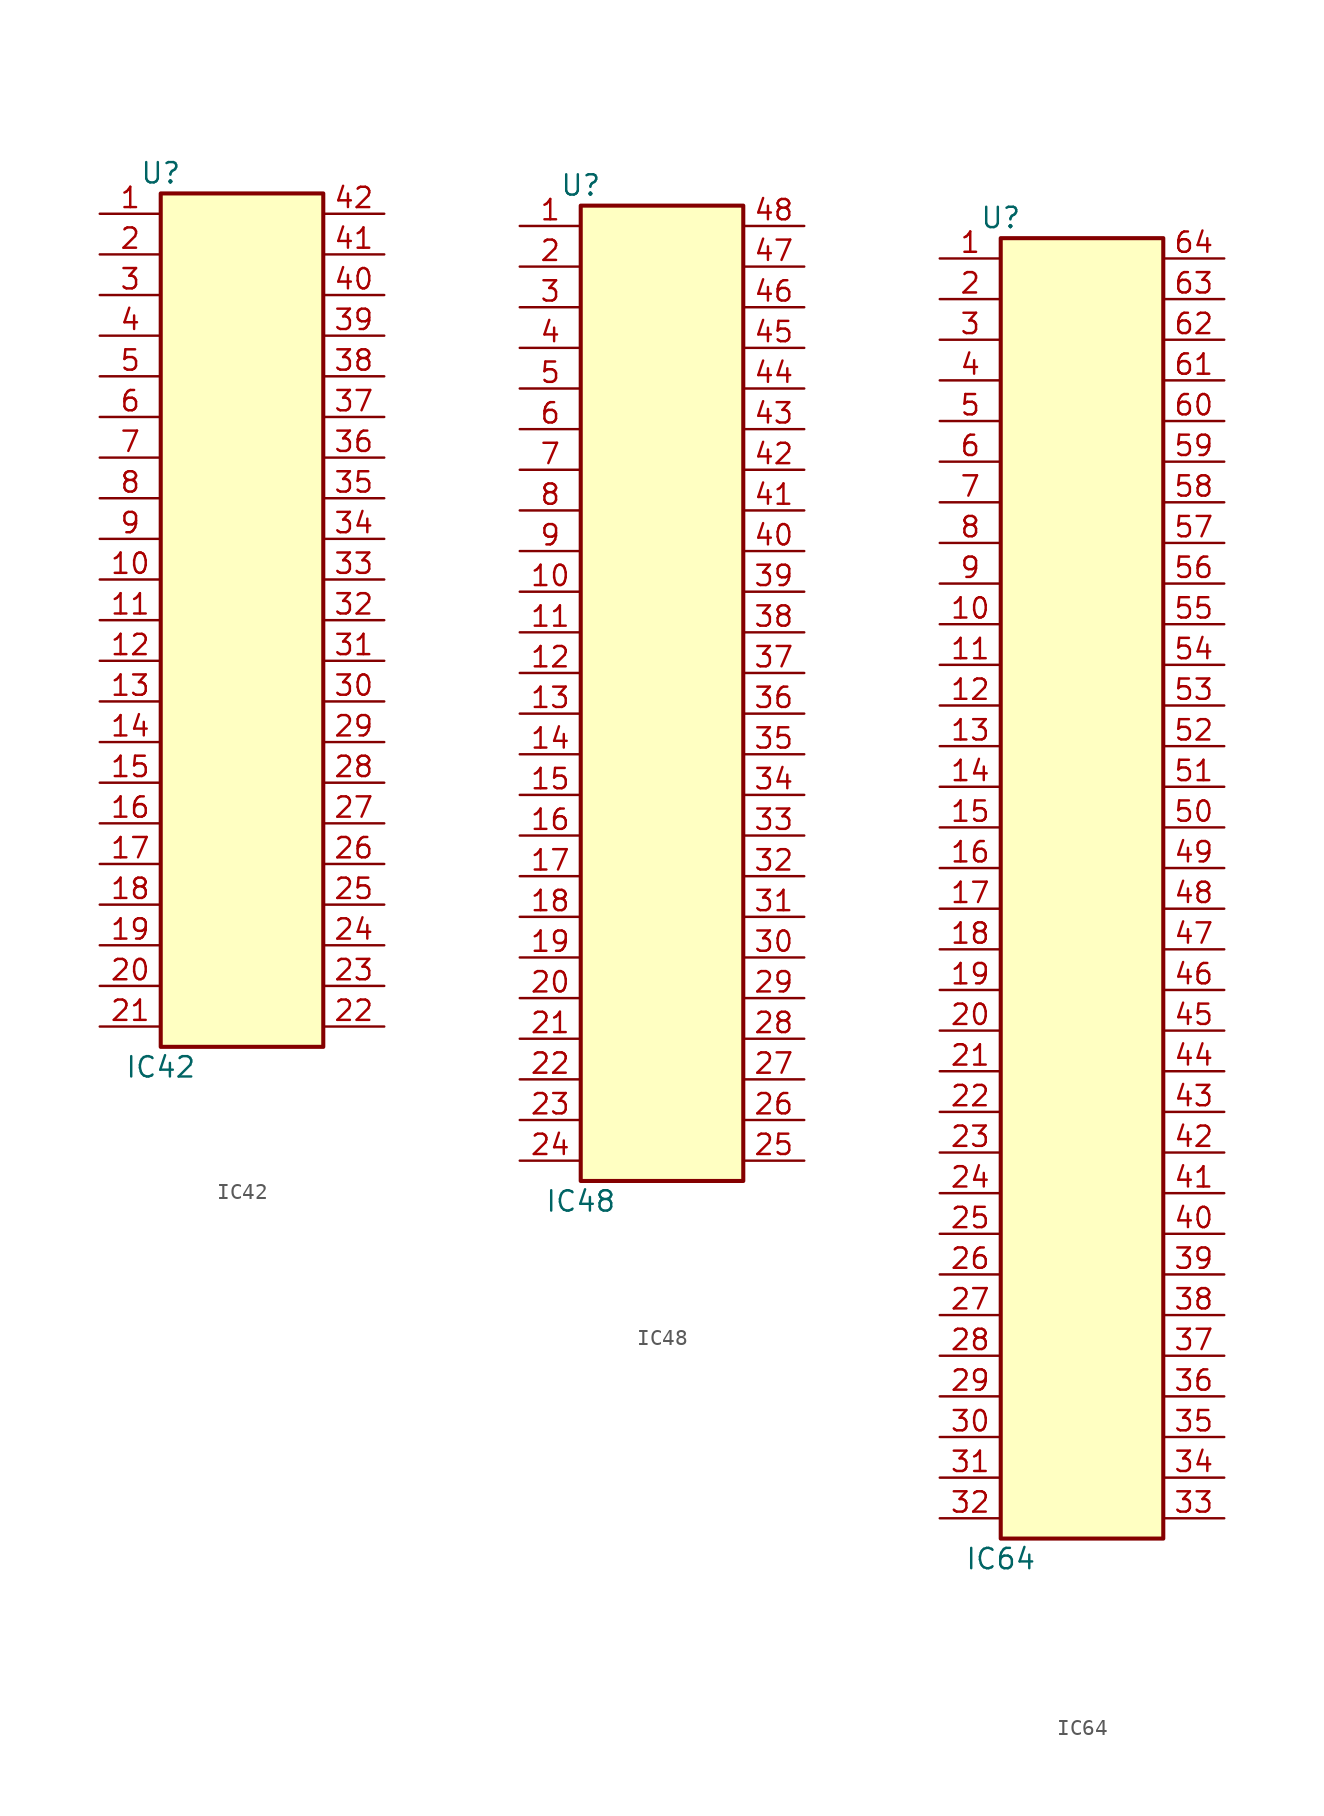
<source format=kicad_sym>
(kicad_symbol_lib
  (version 20211014)
  (generator kicad_symbol_editor)
  (symbol "IC42"
    (property "Reference" "U"
      (at -5.08 27.94 0)
      (effects (font (size 1.27 1.27))))
    (property "Value" "IC42"
      (at -5.08 -27.94 0)
      (effects (font (size 1.27 1.27))))
    (symbol "IC42_1_1"
      (rectangle (start -5.08 26.67) (end 5.08 -26.67) (stroke (width 0.254) (type default) (color 0 0 0 0)) (fill (type background)))
      (pin passive line (at -8.89 25.4 0) (length 3.81) (name "~" (effects (font (size 1.27 1.27)))) (number "1" (effects (font (size 1.27 1.27)))))
      (pin passive line (at -8.89 2.54 0) (length 3.81) (name "~" (effects (font (size 1.27 1.27)))) (number "10" (effects (font (size 1.27 1.27)))))
      (pin passive line (at -8.89 0 0) (length 3.81) (name "~" (effects (font (size 1.27 1.27)))) (number "11" (effects (font (size 1.27 1.27)))))
      (pin passive line (at -8.89 -2.54 0) (length 3.81) (name "~" (effects (font (size 1.27 1.27)))) (number "12" (effects (font (size 1.27 1.27)))))
      (pin passive line (at -8.89 -5.08 0) (length 3.81) (name "~" (effects (font (size 1.27 1.27)))) (number "13" (effects (font (size 1.27 1.27)))))
      (pin passive line (at -8.89 -7.62 0) (length 3.81) (name "~" (effects (font (size 1.27 1.27)))) (number "14" (effects (font (size 1.27 1.27)))))
      (pin passive line (at -8.89 -10.16 0) (length 3.81) (name "~" (effects (font (size 1.27 1.27)))) (number "15" (effects (font (size 1.27 1.27)))))
      (pin passive line (at -8.89 -12.7 0) (length 3.81) (name "~" (effects (font (size 1.27 1.27)))) (number "16" (effects (font (size 1.27 1.27)))))
      (pin passive line (at -8.89 -15.24 0) (length 3.81) (name "~" (effects (font (size 1.27 1.27)))) (number "17" (effects (font (size 1.27 1.27)))))
      (pin passive line (at -8.89 -17.78 0) (length 3.81) (name "~" (effects (font (size 1.27 1.27)))) (number "18" (effects (font (size 1.27 1.27)))))
      (pin passive line (at -8.89 -20.32 0) (length 3.81) (name "~" (effects (font (size 1.27 1.27)))) (number "19" (effects (font (size 1.27 1.27)))))
      (pin passive line (at -8.89 22.86 0) (length 3.81) (name "~" (effects (font (size 1.27 1.27)))) (number "2" (effects (font (size 1.27 1.27)))))
      (pin passive line (at -8.89 -22.86 0) (length 3.81) (name "~" (effects (font (size 1.27 1.27)))) (number "20" (effects (font (size 1.27 1.27)))))
      (pin passive line (at -8.89 -25.4 0) (length 3.81) (name "~" (effects (font (size 1.27 1.27)))) (number "21" (effects (font (size 1.27 1.27)))))
      (pin passive line (at 8.89 -25.4 180) (length 3.81) (name "~" (effects (font (size 1.27 1.27)))) (number "22" (effects (font (size 1.27 1.27)))))
      (pin passive line (at 8.89 -22.86 180) (length 3.81) (name "~" (effects (font (size 1.27 1.27)))) (number "23" (effects (font (size 1.27 1.27)))))
      (pin passive line (at 8.89 -20.32 180) (length 3.81) (name "~" (effects (font (size 1.27 1.27)))) (number "24" (effects (font (size 1.27 1.27)))))
      (pin passive line (at 8.89 -17.78 180) (length 3.81) (name "~" (effects (font (size 1.27 1.27)))) (number "25" (effects (font (size 1.27 1.27)))))
      (pin passive line (at 8.89 -15.24 180) (length 3.81) (name "~" (effects (font (size 1.27 1.27)))) (number "26" (effects (font (size 1.27 1.27)))))
      (pin passive line (at 8.89 -12.7 180) (length 3.81) (name "~" (effects (font (size 1.27 1.27)))) (number "27" (effects (font (size 1.27 1.27)))))
      (pin passive line (at 8.89 -10.16 180) (length 3.81) (name "~" (effects (font (size 1.27 1.27)))) (number "28" (effects (font (size 1.27 1.27)))))
      (pin passive line (at 8.89 -7.62 180) (length 3.81) (name "~" (effects (font (size 1.27 1.27)))) (number "29" (effects (font (size 1.27 1.27)))))
      (pin passive line (at -8.89 20.32 0) (length 3.81) (name "~" (effects (font (size 1.27 1.27)))) (number "3" (effects (font (size 1.27 1.27)))))
      (pin passive line (at 8.89 -5.08 180) (length 3.81) (name "~" (effects (font (size 1.27 1.27)))) (number "30" (effects (font (size 1.27 1.27)))))
      (pin passive line (at 8.89 -2.54 180) (length 3.81) (name "~" (effects (font (size 1.27 1.27)))) (number "31" (effects (font (size 1.27 1.27)))))
      (pin passive line (at 8.89 0 180) (length 3.81) (name "~" (effects (font (size 1.27 1.27)))) (number "32" (effects (font (size 1.27 1.27)))))
      (pin passive line (at 8.89 2.54 180) (length 3.81) (name "~" (effects (font (size 1.27 1.27)))) (number "33" (effects (font (size 1.27 1.27)))))
      (pin passive line (at 8.89 5.08 180) (length 3.81) (name "~" (effects (font (size 1.27 1.27)))) (number "34" (effects (font (size 1.27 1.27)))))
      (pin passive line (at 8.89 7.62 180) (length 3.81) (name "~" (effects (font (size 1.27 1.27)))) (number "35" (effects (font (size 1.27 1.27)))))
      (pin passive line (at 8.89 10.16 180) (length 3.81) (name "~" (effects (font (size 1.27 1.27)))) (number "36" (effects (font (size 1.27 1.27)))))
      (pin passive line (at 8.89 12.7 180) (length 3.81) (name "~" (effects (font (size 1.27 1.27)))) (number "37" (effects (font (size 1.27 1.27)))))
      (pin passive line (at 8.89 15.24 180) (length 3.81) (name "~" (effects (font (size 1.27 1.27)))) (number "38" (effects (font (size 1.27 1.27)))))
      (pin passive line (at 8.89 17.78 180) (length 3.81) (name "~" (effects (font (size 1.27 1.27)))) (number "39" (effects (font (size 1.27 1.27)))))
      (pin passive line (at -8.89 17.78 0) (length 3.81) (name "~" (effects (font (size 1.27 1.27)))) (number "4" (effects (font (size 1.27 1.27)))))
      (pin passive line (at 8.89 20.32 180) (length 3.81) (name "~" (effects (font (size 1.27 1.27)))) (number "40" (effects (font (size 1.27 1.27)))))
      (pin passive line (at 8.89 22.86 180) (length 3.81) (name "~" (effects (font (size 1.27 1.27)))) (number "41" (effects (font (size 1.27 1.27)))))
      (pin passive line (at 8.89 25.4 180) (length 3.81) (name "~" (effects (font (size 1.27 1.27)))) (number "42" (effects (font (size 1.27 1.27)))))
      (pin passive line (at -8.89 15.24 0) (length 3.81) (name "~" (effects (font (size 1.27 1.27)))) (number "5" (effects (font (size 1.27 1.27)))))
      (pin passive line (at -8.89 12.7 0) (length 3.81) (name "~" (effects (font (size 1.27 1.27)))) (number "6" (effects (font (size 1.27 1.27)))))
      (pin passive line (at -8.89 10.16 0) (length 3.81) (name "~" (effects (font (size 1.27 1.27)))) (number "7" (effects (font (size 1.27 1.27)))))
      (pin passive line (at -8.89 7.62 0) (length 3.81) (name "~" (effects (font (size 1.27 1.27)))) (number "8" (effects (font (size 1.27 1.27)))))
      (pin passive line (at -8.89 5.08 0) (length 3.81) (name "~" (effects (font (size 1.27 1.27)))) (number "9" (effects (font (size 1.27 1.27)))))))
  (symbol "IC48"
    (property "Reference" "U"
      (at -5.08 30.48 0)
      (effects (font (size 1.27 1.27))))
    (property "Value" "IC48"
      (at -5.08 -33.02 0)
      (effects (font (size 1.27 1.27))))
    (symbol "IC48_1_1"
      (rectangle (start -5.08 29.21) (end 5.08 -31.75) (stroke (width 0.254) (type default) (color 0 0 0 0)) (fill (type background)))
      (pin passive line (at -8.89 27.94 0) (length 3.81) (name "~" (effects (font (size 1.27 1.27)))) (number "1" (effects (font (size 1.27 1.27)))))
      (pin passive line (at -8.89 5.08 0) (length 3.81) (name "~" (effects (font (size 1.27 1.27)))) (number "10" (effects (font (size 1.27 1.27)))))
      (pin passive line (at -8.89 2.54 0) (length 3.81) (name "~" (effects (font (size 1.27 1.27)))) (number "11" (effects (font (size 1.27 1.27)))))
      (pin passive line (at -8.89 0 0) (length 3.81) (name "~" (effects (font (size 1.27 1.27)))) (number "12" (effects (font (size 1.27 1.27)))))
      (pin passive line (at -8.89 -2.54 0) (length 3.81) (name "~" (effects (font (size 1.27 1.27)))) (number "13" (effects (font (size 1.27 1.27)))))
      (pin passive line (at -8.89 -5.08 0) (length 3.81) (name "~" (effects (font (size 1.27 1.27)))) (number "14" (effects (font (size 1.27 1.27)))))
      (pin passive line (at -8.89 -7.62 0) (length 3.81) (name "~" (effects (font (size 1.27 1.27)))) (number "15" (effects (font (size 1.27 1.27)))))
      (pin passive line (at -8.89 -10.16 0) (length 3.81) (name "~" (effects (font (size 1.27 1.27)))) (number "16" (effects (font (size 1.27 1.27)))))
      (pin passive line (at -8.89 -12.7 0) (length 3.81) (name "~" (effects (font (size 1.27 1.27)))) (number "17" (effects (font (size 1.27 1.27)))))
      (pin passive line (at -8.89 -15.24 0) (length 3.81) (name "~" (effects (font (size 1.27 1.27)))) (number "18" (effects (font (size 1.27 1.27)))))
      (pin passive line (at -8.89 -17.78 0) (length 3.81) (name "~" (effects (font (size 1.27 1.27)))) (number "19" (effects (font (size 1.27 1.27)))))
      (pin passive line (at -8.89 25.4 0) (length 3.81) (name "~" (effects (font (size 1.27 1.27)))) (number "2" (effects (font (size 1.27 1.27)))))
      (pin passive line (at -8.89 -20.32 0) (length 3.81) (name "~" (effects (font (size 1.27 1.27)))) (number "20" (effects (font (size 1.27 1.27)))))
      (pin passive line (at -8.89 -22.86 0) (length 3.81) (name "~" (effects (font (size 1.27 1.27)))) (number "21" (effects (font (size 1.27 1.27)))))
      (pin passive line (at -8.89 -25.4 0) (length 3.81) (name "~" (effects (font (size 1.27 1.27)))) (number "22" (effects (font (size 1.27 1.27)))))
      (pin passive line (at -8.89 -27.94 0) (length 3.81) (name "~" (effects (font (size 1.27 1.27)))) (number "23" (effects (font (size 1.27 1.27)))))
      (pin passive line (at -8.89 -30.48 0) (length 3.81) (name "~" (effects (font (size 1.27 1.27)))) (number "24" (effects (font (size 1.27 1.27)))))
      (pin passive line (at 8.89 -30.48 180) (length 3.81) (name "~" (effects (font (size 1.27 1.27)))) (number "25" (effects (font (size 1.27 1.27)))))
      (pin passive line (at 8.89 -27.94 180) (length 3.81) (name "~" (effects (font (size 1.27 1.27)))) (number "26" (effects (font (size 1.27 1.27)))))
      (pin passive line (at 8.89 -25.4 180) (length 3.81) (name "~" (effects (font (size 1.27 1.27)))) (number "27" (effects (font (size 1.27 1.27)))))
      (pin passive line (at 8.89 -22.86 180) (length 3.81) (name "~" (effects (font (size 1.27 1.27)))) (number "28" (effects (font (size 1.27 1.27)))))
      (pin passive line (at 8.89 -20.32 180) (length 3.81) (name "~" (effects (font (size 1.27 1.27)))) (number "29" (effects (font (size 1.27 1.27)))))
      (pin passive line (at -8.89 22.86 0) (length 3.81) (name "~" (effects (font (size 1.27 1.27)))) (number "3" (effects (font (size 1.27 1.27)))))
      (pin passive line (at 8.89 -17.78 180) (length 3.81) (name "~" (effects (font (size 1.27 1.27)))) (number "30" (effects (font (size 1.27 1.27)))))
      (pin passive line (at 8.89 -15.24 180) (length 3.81) (name "~" (effects (font (size 1.27 1.27)))) (number "31" (effects (font (size 1.27 1.27)))))
      (pin passive line (at 8.89 -12.7 180) (length 3.81) (name "~" (effects (font (size 1.27 1.27)))) (number "32" (effects (font (size 1.27 1.27)))))
      (pin passive line (at 8.89 -10.16 180) (length 3.81) (name "~" (effects (font (size 1.27 1.27)))) (number "33" (effects (font (size 1.27 1.27)))))
      (pin passive line (at 8.89 -7.62 180) (length 3.81) (name "~" (effects (font (size 1.27 1.27)))) (number "34" (effects (font (size 1.27 1.27)))))
      (pin passive line (at 8.89 -5.08 180) (length 3.81) (name "~" (effects (font (size 1.27 1.27)))) (number "35" (effects (font (size 1.27 1.27)))))
      (pin passive line (at 8.89 -2.54 180) (length 3.81) (name "~" (effects (font (size 1.27 1.27)))) (number "36" (effects (font (size 1.27 1.27)))))
      (pin passive line (at 8.89 0 180) (length 3.81) (name "~" (effects (font (size 1.27 1.27)))) (number "37" (effects (font (size 1.27 1.27)))))
      (pin passive line (at 8.89 2.54 180) (length 3.81) (name "~" (effects (font (size 1.27 1.27)))) (number "38" (effects (font (size 1.27 1.27)))))
      (pin passive line (at 8.89 5.08 180) (length 3.81) (name "~" (effects (font (size 1.27 1.27)))) (number "39" (effects (font (size 1.27 1.27)))))
      (pin passive line (at -8.89 20.32 0) (length 3.81) (name "~" (effects (font (size 1.27 1.27)))) (number "4" (effects (font (size 1.27 1.27)))))
      (pin passive line (at 8.89 7.62 180) (length 3.81) (name "~" (effects (font (size 1.27 1.27)))) (number "40" (effects (font (size 1.27 1.27)))))
      (pin passive line (at 8.89 10.16 180) (length 3.81) (name "~" (effects (font (size 1.27 1.27)))) (number "41" (effects (font (size 1.27 1.27)))))
      (pin passive line (at 8.89 12.7 180) (length 3.81) (name "~" (effects (font (size 1.27 1.27)))) (number "42" (effects (font (size 1.27 1.27)))))
      (pin passive line (at 8.89 15.24 180) (length 3.81) (name "~" (effects (font (size 1.27 1.27)))) (number "43" (effects (font (size 1.27 1.27)))))
      (pin passive line (at 8.89 17.78 180) (length 3.81) (name "~" (effects (font (size 1.27 1.27)))) (number "44" (effects (font (size 1.27 1.27)))))
      (pin passive line (at 8.89 20.32 180) (length 3.81) (name "~" (effects (font (size 1.27 1.27)))) (number "45" (effects (font (size 1.27 1.27)))))
      (pin passive line (at 8.89 22.86 180) (length 3.81) (name "~" (effects (font (size 1.27 1.27)))) (number "46" (effects (font (size 1.27 1.27)))))
      (pin passive line (at 8.89 25.4 180) (length 3.81) (name "~" (effects (font (size 1.27 1.27)))) (number "47" (effects (font (size 1.27 1.27)))))
      (pin passive line (at 8.89 27.94 180) (length 3.81) (name "~" (effects (font (size 1.27 1.27)))) (number "48" (effects (font (size 1.27 1.27)))))
      (pin passive line (at -8.89 17.78 0) (length 3.81) (name "~" (effects (font (size 1.27 1.27)))) (number "5" (effects (font (size 1.27 1.27)))))
      (pin passive line (at -8.89 15.24 0) (length 3.81) (name "~" (effects (font (size 1.27 1.27)))) (number "6" (effects (font (size 1.27 1.27)))))
      (pin passive line (at -8.89 12.7 0) (length 3.81) (name "~" (effects (font (size 1.27 1.27)))) (number "7" (effects (font (size 1.27 1.27)))))
      (pin passive line (at -8.89 10.16 0) (length 3.81) (name "~" (effects (font (size 1.27 1.27)))) (number "8" (effects (font (size 1.27 1.27)))))
      (pin passive line (at -8.89 7.62 0) (length 3.81) (name "~" (effects (font (size 1.27 1.27)))) (number "9" (effects (font (size 1.27 1.27)))))))
  (symbol "IC64"
    (property "Reference" "U"
      (at -5.08 40.64 0)
      (effects (font (size 1.27 1.27))))
    (property "Value" "IC64"
      (at -5.08 -43.18 0)
      (effects (font (size 1.27 1.27))))
    (symbol "IC64_1_1"
      (rectangle (start -5.08 39.37) (end 5.08 -41.91) (stroke (width 0.254) (type default) (color 0 0 0 0)) (fill (type background)))
      (pin passive line (at -8.89 38.1 0) (length 3.81) (name "~" (effects (font (size 1.27 1.27)))) (number "1" (effects (font (size 1.27 1.27)))))
      (pin passive line (at -8.89 15.24 0) (length 3.81) (name "~" (effects (font (size 1.27 1.27)))) (number "10" (effects (font (size 1.27 1.27)))))
      (pin passive line (at -8.89 12.7 0) (length 3.81) (name "~" (effects (font (size 1.27 1.27)))) (number "11" (effects (font (size 1.27 1.27)))))
      (pin passive line (at -8.89 10.16 0) (length 3.81) (name "~" (effects (font (size 1.27 1.27)))) (number "12" (effects (font (size 1.27 1.27)))))
      (pin passive line (at -8.89 7.62 0) (length 3.81) (name "~" (effects (font (size 1.27 1.27)))) (number "13" (effects (font (size 1.27 1.27)))))
      (pin passive line (at -8.89 5.08 0) (length 3.81) (name "~" (effects (font (size 1.27 1.27)))) (number "14" (effects (font (size 1.27 1.27)))))
      (pin passive line (at -8.89 2.54 0) (length 3.81) (name "~" (effects (font (size 1.27 1.27)))) (number "15" (effects (font (size 1.27 1.27)))))
      (pin passive line (at -8.89 0 0) (length 3.81) (name "~" (effects (font (size 1.27 1.27)))) (number "16" (effects (font (size 1.27 1.27)))))
      (pin passive line (at -8.89 -2.54 0) (length 3.81) (name "~" (effects (font (size 1.27 1.27)))) (number "17" (effects (font (size 1.27 1.27)))))
      (pin passive line (at -8.89 -5.08 0) (length 3.81) (name "~" (effects (font (size 1.27 1.27)))) (number "18" (effects (font (size 1.27 1.27)))))
      (pin passive line (at -8.89 -7.62 0) (length 3.81) (name "~" (effects (font (size 1.27 1.27)))) (number "19" (effects (font (size 1.27 1.27)))))
      (pin passive line (at -8.89 35.56 0) (length 3.81) (name "~" (effects (font (size 1.27 1.27)))) (number "2" (effects (font (size 1.27 1.27)))))
      (pin passive line (at -8.89 -10.16 0) (length 3.81) (name "~" (effects (font (size 1.27 1.27)))) (number "20" (effects (font (size 1.27 1.27)))))
      (pin passive line (at -8.89 -12.7 0) (length 3.81) (name "~" (effects (font (size 1.27 1.27)))) (number "21" (effects (font (size 1.27 1.27)))))
      (pin passive line (at -8.89 -15.24 0) (length 3.81) (name "~" (effects (font (size 1.27 1.27)))) (number "22" (effects (font (size 1.27 1.27)))))
      (pin passive line (at -8.89 -17.78 0) (length 3.81) (name "~" (effects (font (size 1.27 1.27)))) (number "23" (effects (font (size 1.27 1.27)))))
      (pin passive line (at -8.89 -20.32 0) (length 3.81) (name "~" (effects (font (size 1.27 1.27)))) (number "24" (effects (font (size 1.27 1.27)))))
      (pin passive line (at -8.89 -22.86 0) (length 3.81) (name "~" (effects (font (size 1.27 1.27)))) (number "25" (effects (font (size 1.27 1.27)))))
      (pin passive line (at -8.89 -25.4 0) (length 3.81) (name "~" (effects (font (size 1.27 1.27)))) (number "26" (effects (font (size 1.27 1.27)))))
      (pin passive line (at -8.89 -27.94 0) (length 3.81) (name "~" (effects (font (size 1.27 1.27)))) (number "27" (effects (font (size 1.27 1.27)))))
      (pin passive line (at -8.89 -30.48 0) (length 3.81) (name "~" (effects (font (size 1.27 1.27)))) (number "28" (effects (font (size 1.27 1.27)))))
      (pin passive line (at -8.89 -33.02 0) (length 3.81) (name "~" (effects (font (size 1.27 1.27)))) (number "29" (effects (font (size 1.27 1.27)))))
      (pin passive line (at -8.89 33.02 0) (length 3.81) (name "~" (effects (font (size 1.27 1.27)))) (number "3" (effects (font (size 1.27 1.27)))))
      (pin passive line (at -8.89 -35.56 0) (length 3.81) (name "~" (effects (font (size 1.27 1.27)))) (number "30" (effects (font (size 1.27 1.27)))))
      (pin passive line (at -8.89 -38.1 0) (length 3.81) (name "~" (effects (font (size 1.27 1.27)))) (number "31" (effects (font (size 1.27 1.27)))))
      (pin passive line (at -8.89 -40.64 0) (length 3.81) (name "~" (effects (font (size 1.27 1.27)))) (number "32" (effects (font (size 1.27 1.27)))))
      (pin passive line (at 8.89 -40.64 180) (length 3.81) (name "~" (effects (font (size 1.27 1.27)))) (number "33" (effects (font (size 1.27 1.27)))))
      (pin passive line (at 8.89 -38.1 180) (length 3.81) (name "~" (effects (font (size 1.27 1.27)))) (number "34" (effects (font (size 1.27 1.27)))))
      (pin passive line (at 8.89 -35.56 180) (length 3.81) (name "~" (effects (font (size 1.27 1.27)))) (number "35" (effects (font (size 1.27 1.27)))))
      (pin passive line (at 8.89 -33.02 180) (length 3.81) (name "~" (effects (font (size 1.27 1.27)))) (number "36" (effects (font (size 1.27 1.27)))))
      (pin passive line (at 8.89 -30.48 180) (length 3.81) (name "~" (effects (font (size 1.27 1.27)))) (number "37" (effects (font (size 1.27 1.27)))))
      (pin passive line (at 8.89 -27.94 180) (length 3.81) (name "~" (effects (font (size 1.27 1.27)))) (number "38" (effects (font (size 1.27 1.27)))))
      (pin passive line (at 8.89 -25.4 180) (length 3.81) (name "~" (effects (font (size 1.27 1.27)))) (number "39" (effects (font (size 1.27 1.27)))))
      (pin passive line (at -8.89 30.48 0) (length 3.81) (name "~" (effects (font (size 1.27 1.27)))) (number "4" (effects (font (size 1.27 1.27)))))
      (pin passive line (at 8.89 -22.86 180) (length 3.81) (name "~" (effects (font (size 1.27 1.27)))) (number "40" (effects (font (size 1.27 1.27)))))
      (pin passive line (at 8.89 -20.32 180) (length 3.81) (name "~" (effects (font (size 1.27 1.27)))) (number "41" (effects (font (size 1.27 1.27)))))
      (pin passive line (at 8.89 -17.78 180) (length 3.81) (name "~" (effects (font (size 1.27 1.27)))) (number "42" (effects (font (size 1.27 1.27)))))
      (pin passive line (at 8.89 -15.24 180) (length 3.81) (name "~" (effects (font (size 1.27 1.27)))) (number "43" (effects (font (size 1.27 1.27)))))
      (pin passive line (at 8.89 -12.7 180) (length 3.81) (name "~" (effects (font (size 1.27 1.27)))) (number "44" (effects (font (size 1.27 1.27)))))
      (pin passive line (at 8.89 -10.16 180) (length 3.81) (name "~" (effects (font (size 1.27 1.27)))) (number "45" (effects (font (size 1.27 1.27)))))
      (pin passive line (at 8.89 -7.62 180) (length 3.81) (name "~" (effects (font (size 1.27 1.27)))) (number "46" (effects (font (size 1.27 1.27)))))
      (pin passive line (at 8.89 -5.08 180) (length 3.81) (name "~" (effects (font (size 1.27 1.27)))) (number "47" (effects (font (size 1.27 1.27)))))
      (pin passive line (at 8.89 -2.54 180) (length 3.81) (name "~" (effects (font (size 1.27 1.27)))) (number "48" (effects (font (size 1.27 1.27)))))
      (pin passive line (at 8.89 0 180) (length 3.81) (name "~" (effects (font (size 1.27 1.27)))) (number "49" (effects (font (size 1.27 1.27)))))
      (pin passive line (at -8.89 27.94 0) (length 3.81) (name "~" (effects (font (size 1.27 1.27)))) (number "5" (effects (font (size 1.27 1.27)))))
      (pin passive line (at 8.89 2.54 180) (length 3.81) (name "~" (effects (font (size 1.27 1.27)))) (number "50" (effects (font (size 1.27 1.27)))))
      (pin passive line (at 8.89 5.08 180) (length 3.81) (name "~" (effects (font (size 1.27 1.27)))) (number "51" (effects (font (size 1.27 1.27)))))
      (pin passive line (at 8.89 7.62 180) (length 3.81) (name "~" (effects (font (size 1.27 1.27)))) (number "52" (effects (font (size 1.27 1.27)))))
      (pin passive line (at 8.89 10.16 180) (length 3.81) (name "~" (effects (font (size 1.27 1.27)))) (number "53" (effects (font (size 1.27 1.27)))))
      (pin passive line (at 8.89 12.7 180) (length 3.81) (name "~" (effects (font (size 1.27 1.27)))) (number "54" (effects (font (size 1.27 1.27)))))
      (pin passive line (at 8.89 15.24 180) (length 3.81) (name "~" (effects (font (size 1.27 1.27)))) (number "55" (effects (font (size 1.27 1.27)))))
      (pin passive line (at 8.89 17.78 180) (length 3.81) (name "~" (effects (font (size 1.27 1.27)))) (number "56" (effects (font (size 1.27 1.27)))))
      (pin passive line (at 8.89 20.32 180) (length 3.81) (name "~" (effects (font (size 1.27 1.27)))) (number "57" (effects (font (size 1.27 1.27)))))
      (pin passive line (at 8.89 22.86 180) (length 3.81) (name "~" (effects (font (size 1.27 1.27)))) (number "58" (effects (font (size 1.27 1.27)))))
      (pin passive line (at 8.89 25.4 180) (length 3.81) (name "~" (effects (font (size 1.27 1.27)))) (number "59" (effects (font (size 1.27 1.27)))))
      (pin passive line (at -8.89 25.4 0) (length 3.81) (name "~" (effects (font (size 1.27 1.27)))) (number "6" (effects (font (size 1.27 1.27)))))
      (pin passive line (at 8.89 27.94 180) (length 3.81) (name "~" (effects (font (size 1.27 1.27)))) (number "60" (effects (font (size 1.27 1.27)))))
      (pin passive line (at 8.89 30.48 180) (length 3.81) (name "~" (effects (font (size 1.27 1.27)))) (number "61" (effects (font (size 1.27 1.27)))))
      (pin passive line (at 8.89 33.02 180) (length 3.81) (name "~" (effects (font (size 1.27 1.27)))) (number "62" (effects (font (size 1.27 1.27)))))
      (pin passive line (at 8.89 35.56 180) (length 3.81) (name "~" (effects (font (size 1.27 1.27)))) (number "63" (effects (font (size 1.27 1.27)))))
      (pin passive line (at 8.89 38.1 180) (length 3.81) (name "~" (effects (font (size 1.27 1.27)))) (number "64" (effects (font (size 1.27 1.27)))))
      (pin passive line (at -8.89 22.86 0) (length 3.81) (name "~" (effects (font (size 1.27 1.27)))) (number "7" (effects (font (size 1.27 1.27)))))
      (pin passive line (at -8.89 20.32 0) (length 3.81) (name "~" (effects (font (size 1.27 1.27)))) (number "8" (effects (font (size 1.27 1.27)))))
      (pin passive line (at -8.89 17.78 0) (length 3.81) (name "~" (effects (font (size 1.27 1.27)))) (number "9" (effects (font (size 1.27 1.27))))))))
</source>
